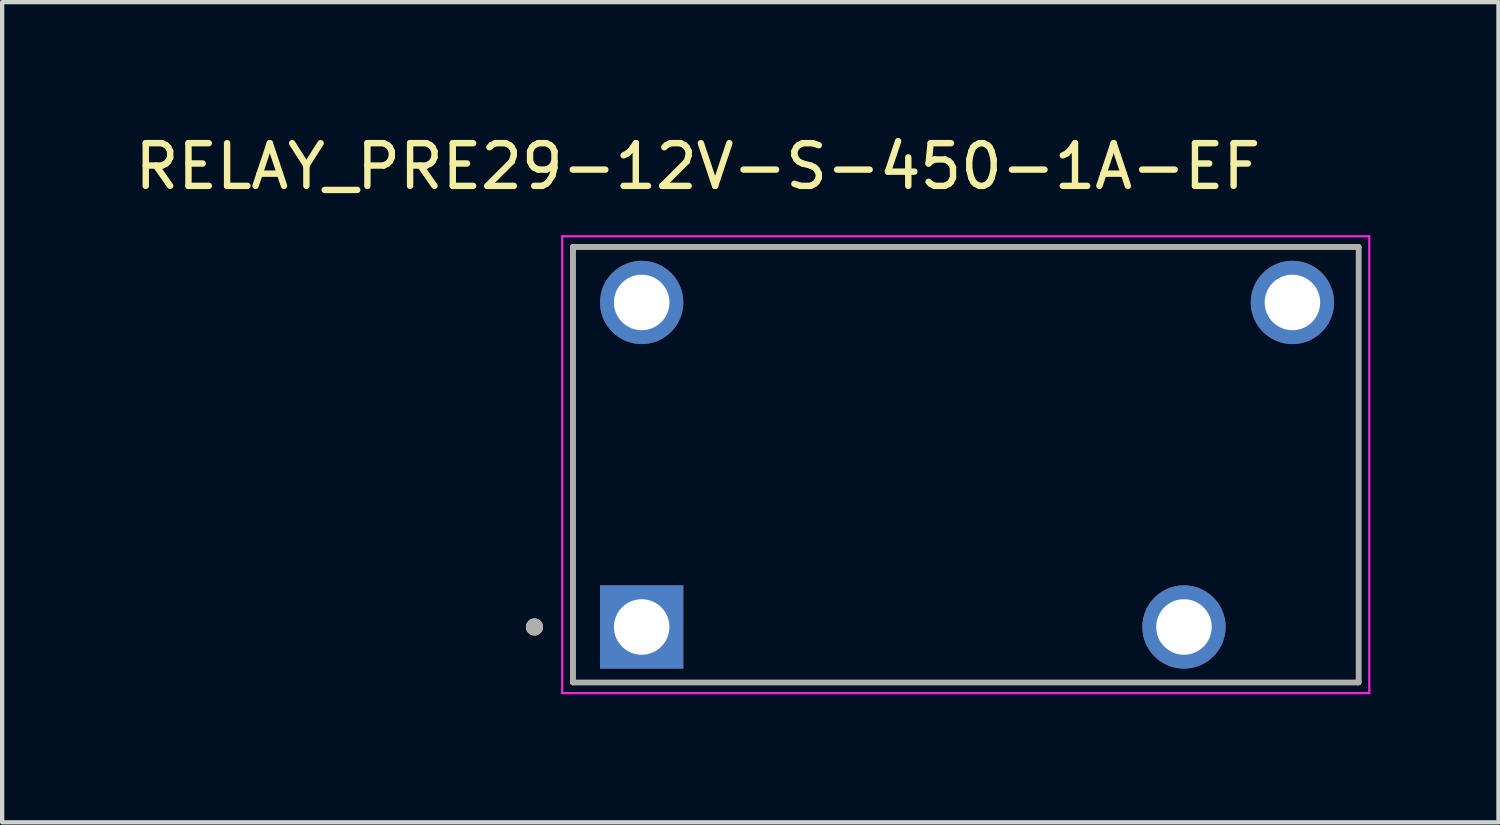
<source format=kicad_pcb>
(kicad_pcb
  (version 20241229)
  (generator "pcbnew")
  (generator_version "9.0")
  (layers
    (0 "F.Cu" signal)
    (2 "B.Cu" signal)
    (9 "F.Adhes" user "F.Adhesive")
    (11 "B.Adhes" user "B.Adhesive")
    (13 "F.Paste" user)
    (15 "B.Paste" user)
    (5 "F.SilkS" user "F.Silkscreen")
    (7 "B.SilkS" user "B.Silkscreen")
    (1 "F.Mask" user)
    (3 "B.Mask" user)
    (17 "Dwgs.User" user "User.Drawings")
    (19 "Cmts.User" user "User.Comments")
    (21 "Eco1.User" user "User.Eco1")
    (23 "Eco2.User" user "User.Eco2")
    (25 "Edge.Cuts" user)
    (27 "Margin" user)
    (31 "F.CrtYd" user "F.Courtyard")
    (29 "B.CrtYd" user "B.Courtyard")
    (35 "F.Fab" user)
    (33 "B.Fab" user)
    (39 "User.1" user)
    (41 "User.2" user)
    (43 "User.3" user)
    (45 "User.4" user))
  (footprint "RELAY_PRE29-12V-S-450-1A-EF"
    (layer "F.Cu")
    (at 19.567 7.833)
    (property "Reference" "RELAY_PRE29-12V-S-450-1A-EF" (at -6.275 -6.985 0) (layer "F.SilkS") (effects (font (size 1 1) (thickness 0.15))))
    (attr through_hole)
    (fp_line (start -9.2 -5.1) (end -9.2 5.1) (stroke (width 0.127) (type solid)) (layer "F.SilkS"))
    (fp_line (start -9.2 5.1) (end 9.2 5.1) (stroke (width 0.127) (type solid)) (layer "F.SilkS"))
    (fp_line (start 9.2 -5.1) (end -9.2 -5.1) (stroke (width 0.127) (type solid)) (layer "F.SilkS"))
    (fp_line (start 9.2 5.1) (end 9.2 -5.1) (stroke (width 0.127) (type solid)) (layer "F.SilkS"))
    (fp_circle (center -10.1 3.8) (end -10 3.8) (stroke (width 0.2) (type solid)) (fill no) (layer "F.SilkS"))
    (fp_line (start -9.45 -5.35) (end -9.45 5.35) (stroke (width 0.05) (type solid)) (layer "F.CrtYd"))
    (fp_line (start -9.45 5.35) (end 9.45 5.35) (stroke (width 0.05) (type solid)) (layer "F.CrtYd"))
    (fp_line (start 9.45 -5.35) (end -9.45 -5.35) (stroke (width 0.05) (type solid)) (layer "F.CrtYd"))
    (fp_line (start 9.45 5.35) (end 9.45 -5.35) (stroke (width 0.05) (type solid)) (layer "F.CrtYd"))
    (fp_line (start -9.2 -5.1) (end -9.2 5.1) (stroke (width 0.127) (type solid)) (layer "F.Fab"))
    (fp_line (start -9.2 5.1) (end 9.2 5.1) (stroke (width 0.127) (type solid)) (layer "F.Fab"))
    (fp_line (start 9.2 -5.1) (end -9.2 -5.1) (stroke (width 0.127) (type solid)) (layer "F.Fab"))
    (fp_line (start 9.2 5.1) (end 9.2 -5.1) (stroke (width 0.127) (type solid)) (layer "F.Fab"))
    (fp_circle (center -10.1 3.8) (end -10 3.8) (stroke (width 0.2) (type solid)) (fill no) (layer "F.Fab"))
    (pad "1" thru_hole rect (at -7.59 3.8) (size 1.95 1.95) (drill 1.3) (layers "*.Cu" "*.Mask"))
    (pad "2" thru_hole circle (at -7.59 -3.8) (size 1.95 1.95) (drill 1.3) (layers "*.Cu" "*.Mask"))
    (pad "3" thru_hole circle (at 5.11 3.8) (size 1.95 1.95) (drill 1.3) (layers "*.Cu" "*.Mask"))
    (pad "4" thru_hole circle (at 7.65 -3.8) (size 1.95 1.95) (drill 1.3) (layers "*.Cu" "*.Mask")))
  (gr_rect
    (start -3 -3)
    (end 32.042 16.208)
    (stroke (width 0.1) (type default))
    (fill no)
    (layer "Edge.Cuts")))
</source>
